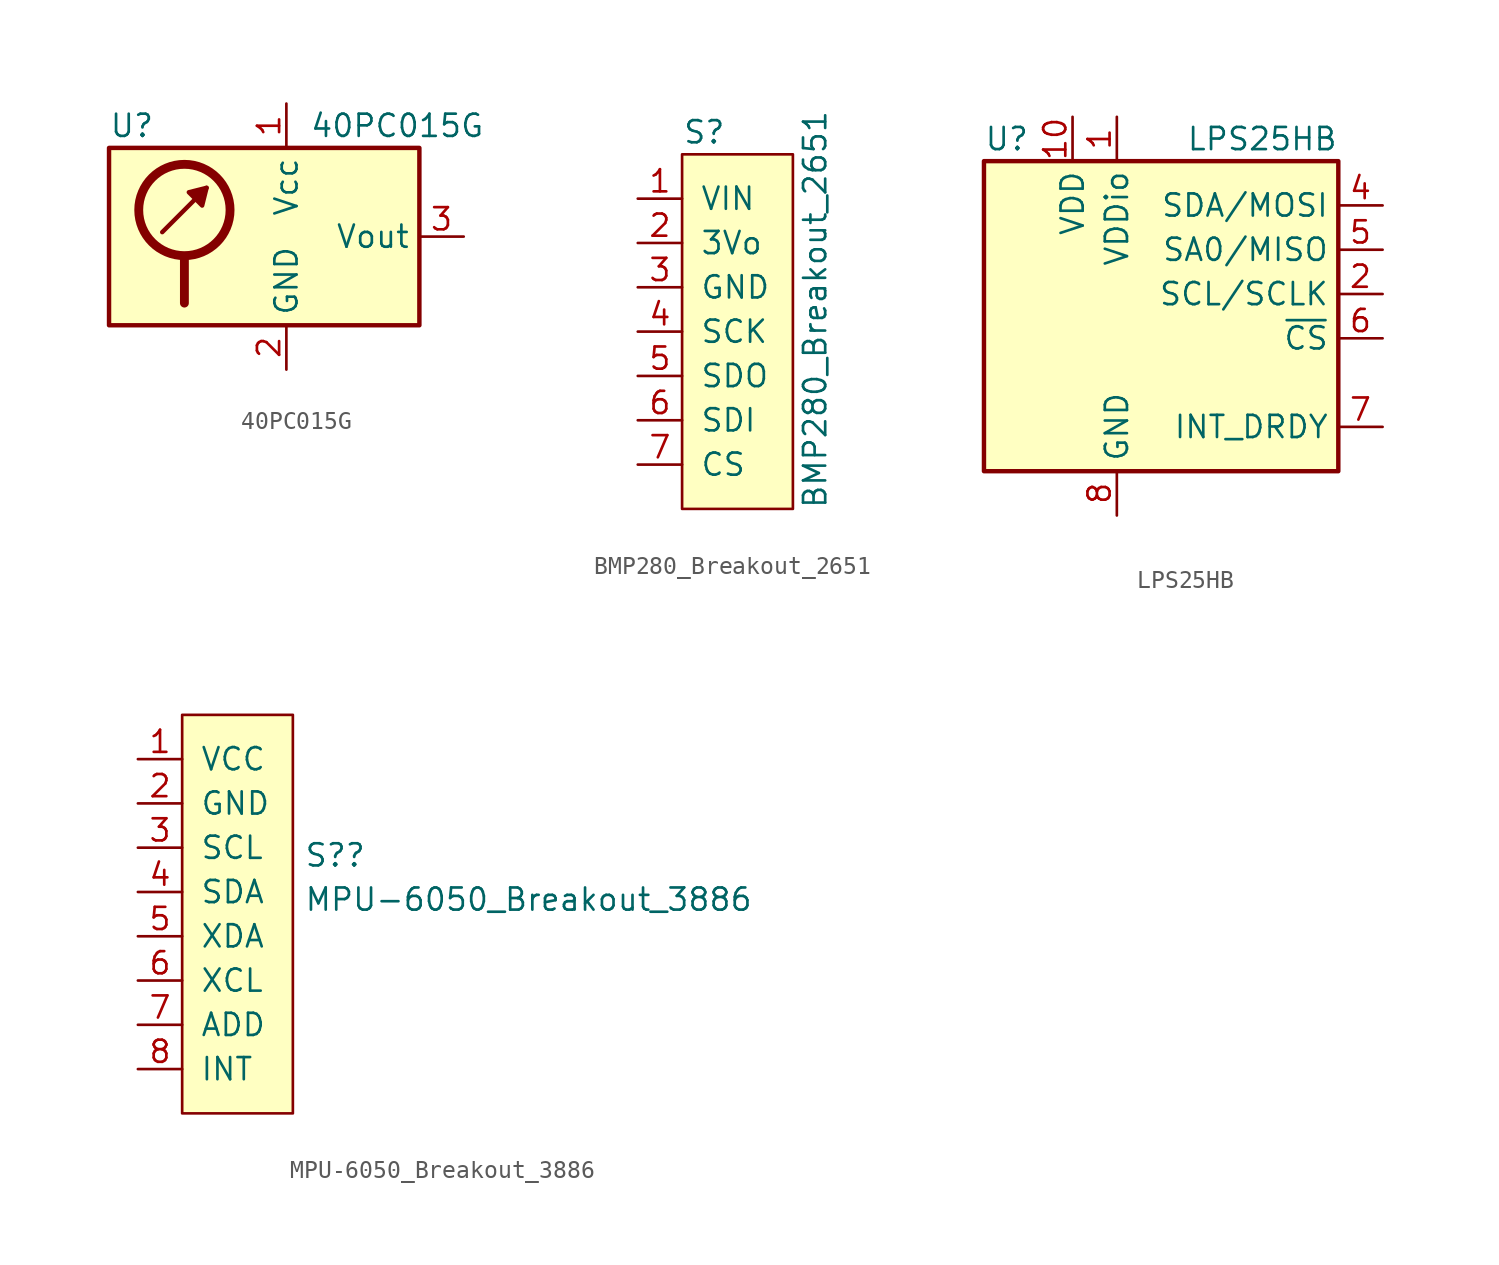
<source format=kicad_sym>
(kicad_symbol_lib
  (version 20211014)
  (generator kicad_symbol_editor)
  (symbol "40PC015G"
    (property "Reference" "U"
      (at -10.16 6.35 0)
      (effects (font (size 1.27 1.27)) (justify left)))
    (property "Value" "40PC015G"
      (at 6.35 6.35 0)
      (effects (font (size 1.27 1.27))))
    (symbol "40PC015G_0_1"
      (circle (center -5.842 1.524) (radius 2.616) (stroke (width 0.508) (type default) (color 0 0 0 0)) (fill (type none)))
      (polyline (pts (xy -7.112 0.254) (xy -4.572 2.794)) (stroke (width 0.254) (type default) (color 0 0 0 0)) (fill (type none)))
      (polyline (pts (xy -5.842 -1.27) (xy -5.842 -3.81)) (stroke (width 0.508) (type default) (color 0 0 0 0)) (fill (type none)))
      (polyline (pts (xy -4.572 2.794) (xy -4.826 1.778) (xy -5.588 2.54) (xy -4.572 2.794)) (stroke (width 0.254) (type default) (color 0 0 0 0)) (fill (type outline)))
      (rectangle (start 7.62 5.08) (end -10.16 -5.08) (stroke (width 0.254) (type default) (color 0 0 0 0)) (fill (type background))))
    (symbol "40PC015G_1_1"
      (pin power_in line (at 0 7.62 270) (length 2.54) (name "Vcc" (effects (font (size 1.27 1.27)))) (number "1" (effects (font (size 1.27 1.27)))))
      (pin power_in line (at 0 -7.62 90) (length 2.54) (name "GND" (effects (font (size 1.27 1.27)))) (number "2" (effects (font (size 1.27 1.27)))))
      (pin output line (at 10.16 0 180) (length 2.54) (name "Vout" (effects (font (size 1.27 1.27)))) (number "3" (effects (font (size 1.27 1.27)))))
      (pin no_connect line (at -7.62 -5.08 90) (length 2.54) hide (name "NC" (effects (font (size 1.27 1.27)))) (number "4" (effects (font (size 1.27 1.27)))))
      (pin no_connect line (at -5.08 -5.08 90) (length 2.54) hide (name "NC" (effects (font (size 1.27 1.27)))) (number "5" (effects (font (size 1.27 1.27)))))
      (pin no_connect line (at -2.54 -5.08 90) (length 2.54) hide (name "NC" (effects (font (size 1.27 1.27)))) (number "6" (effects (font (size 1.27 1.27)))))))
  (symbol "BMP280_Breakout_2651"
    (pin_names
      (offset 1.016))
    (property "Reference" "S"
      (at 1.27 -2.54 0)
      (effects (font (size 1.27 1.27))))
    (property "Value" "BMP280_Breakout_2651"
      (at 7.62 -12.7 90)
      (effects (font (size 1.27 1.27))))
    (symbol "BMP280_Breakout_2651_0_1"
      (rectangle (start 0 -3.81) (end 6.35 -24.13) (stroke (width 0) (type default) (color 0 0 0 0)) (fill (type background))))
    (symbol "BMP280_Breakout_2651_1_1"
      (pin power_in line (at -2.54 -6.35 0) (length 2.54) (name "VIN" (effects (font (size 1.27 1.27)))) (number "1" (effects (font (size 1.27 1.27)))))
      (pin power_out line (at -2.54 -8.89 0) (length 2.54) (name "3Vo" (effects (font (size 1.27 1.27)))) (number "2" (effects (font (size 1.27 1.27)))))
      (pin power_out line (at -2.54 -11.43 0) (length 2.54) (name "GND" (effects (font (size 1.27 1.27)))) (number "3" (effects (font (size 1.27 1.27)))))
      (pin bidirectional line (at -2.54 -13.97 0) (length 2.54) (name "SCK" (effects (font (size 1.27 1.27)))) (number "4" (effects (font (size 1.27 1.27)))))
      (pin output line (at -2.54 -16.51 0) (length 2.54) (name "SDO" (effects (font (size 1.27 1.27)))) (number "5" (effects (font (size 1.27 1.27)))))
      (pin input line (at -2.54 -19.05 0) (length 2.54) (name "SDI" (effects (font (size 1.27 1.27)))) (number "6" (effects (font (size 1.27 1.27)))))
      (pin input line (at -2.54 -21.59 0) (length 2.54) (name "CS" (effects (font (size 1.27 1.27)))) (number "7" (effects (font (size 1.27 1.27)))))))
  (symbol "LPS25HB"
    (property "Reference" "U"
      (at -10.16 8.89 0)
      (effects (font (size 1.27 1.27)) (justify left)))
    (property "Value" "LPS25HB"
      (at 10.16 8.89 0)
      (effects (font (size 1.27 1.27)) (justify right)))
    (symbol "LPS25HB_0_1"
      (rectangle (start -10.16 7.62) (end 10.16 -10.16) (stroke (width 0.254) (type default) (color 0 0 0 0)) (fill (type background))))
    (symbol "LPS25HB_1_1"
      (pin power_in line (at -2.54 10.16 270) (length 2.54) (name "VDDio" (effects (font (size 1.27 1.27)))) (number "1" (effects (font (size 1.27 1.27)))))
      (pin power_in line (at -5.08 10.16 270) (length 2.54) (name "VDD" (effects (font (size 1.27 1.27)))) (number "10" (effects (font (size 1.27 1.27)))))
      (pin input line (at 12.7 0 180) (length 2.54) (name "SCL/SCLK" (effects (font (size 1.27 1.27)))) (number "2" (effects (font (size 1.27 1.27)))))
      (pin passive line (at -2.54 -12.7 90) (length 2.54) hide (name "GND" (effects (font (size 1.27 1.27)))) (number "3" (effects (font (size 1.27 1.27)))))
      (pin bidirectional line (at 12.7 5.08 180) (length 2.54) (name "SDA/MOSI" (effects (font (size 1.27 1.27)))) (number "4" (effects (font (size 1.27 1.27)))))
      (pin bidirectional line (at 12.7 2.54 180) (length 2.54) (name "SA0/MISO" (effects (font (size 1.27 1.27)))) (number "5" (effects (font (size 1.27 1.27)))))
      (pin input line (at 12.7 -2.54 180) (length 2.54) (name "~{CS}" (effects (font (size 1.27 1.27)))) (number "6" (effects (font (size 1.27 1.27)))))
      (pin output line (at 12.7 -7.62 180) (length 2.54) (name "INT_DRDY" (effects (font (size 1.27 1.27)))) (number "7" (effects (font (size 1.27 1.27)))))
      (pin power_in line (at -2.54 -12.7 90) (length 2.54) (name "GND" (effects (font (size 1.27 1.27)))) (number "8" (effects (font (size 1.27 1.27)))))
      (pin passive line (at -2.54 -12.7 90) (length 2.54) hide (name "GND" (effects (font (size 1.27 1.27)))) (number "9" (effects (font (size 1.27 1.27)))))))
  (symbol "MPU-6050_Breakout_3886"
    (pin_names
      (offset 1.016))
    (property "Reference" "S?"
      (at 8.255 -9.325 0)
      (effects (font (size 1.27 1.27)) (justify left)))
    (property "Value" "MPU-6050_Breakout_3886"
      (at 8.255 -11.862 0)
      (effects (font (size 1.27 1.27)) (justify left)))
    (symbol "MPU-6050_Breakout_3886_0_1"
      (rectangle (start 1.27 -1.27) (end 7.62 -24.13) (stroke (width 0) (type default) (color 0 0 0 0)) (fill (type background))))
    (symbol "MPU-6050_Breakout_3886_1_1"
      (pin power_in line (at -1.27 -3.81 0) (length 2.54) (name "VCC" (effects (font (size 1.27 1.27)))) (number "1" (effects (font (size 1.27 1.27)))))
      (pin power_out line (at -1.27 -6.35 0) (length 2.54) (name "GND" (effects (font (size 1.27 1.27)))) (number "2" (effects (font (size 1.27 1.27)))))
      (pin power_out line (at -1.27 -8.89 0) (length 2.54) (name "SCL" (effects (font (size 1.27 1.27)))) (number "3" (effects (font (size 1.27 1.27)))))
      (pin bidirectional line (at -1.27 -11.43 0) (length 2.54) (name "SDA" (effects (font (size 1.27 1.27)))) (number "4" (effects (font (size 1.27 1.27)))))
      (pin bidirectional line (at -1.27 -13.97 0) (length 2.54) (name "XDA" (effects (font (size 1.27 1.27)))) (number "5" (effects (font (size 1.27 1.27)))))
      (pin output line (at -1.27 -16.51 0) (length 2.54) (name "XCL" (effects (font (size 1.27 1.27)))) (number "6" (effects (font (size 1.27 1.27)))))
      (pin bidirectional line (at -1.27 -19.05 0) (length 2.54) (name "ADD" (effects (font (size 1.27 1.27)))) (number "7" (effects (font (size 1.27 1.27)))))
      (pin output line (at -1.27 -21.59 0) (length 2.54) (name "INT" (effects (font (size 1.27 1.27)))) (number "8" (effects (font (size 1.27 1.27))))))))
</source>
